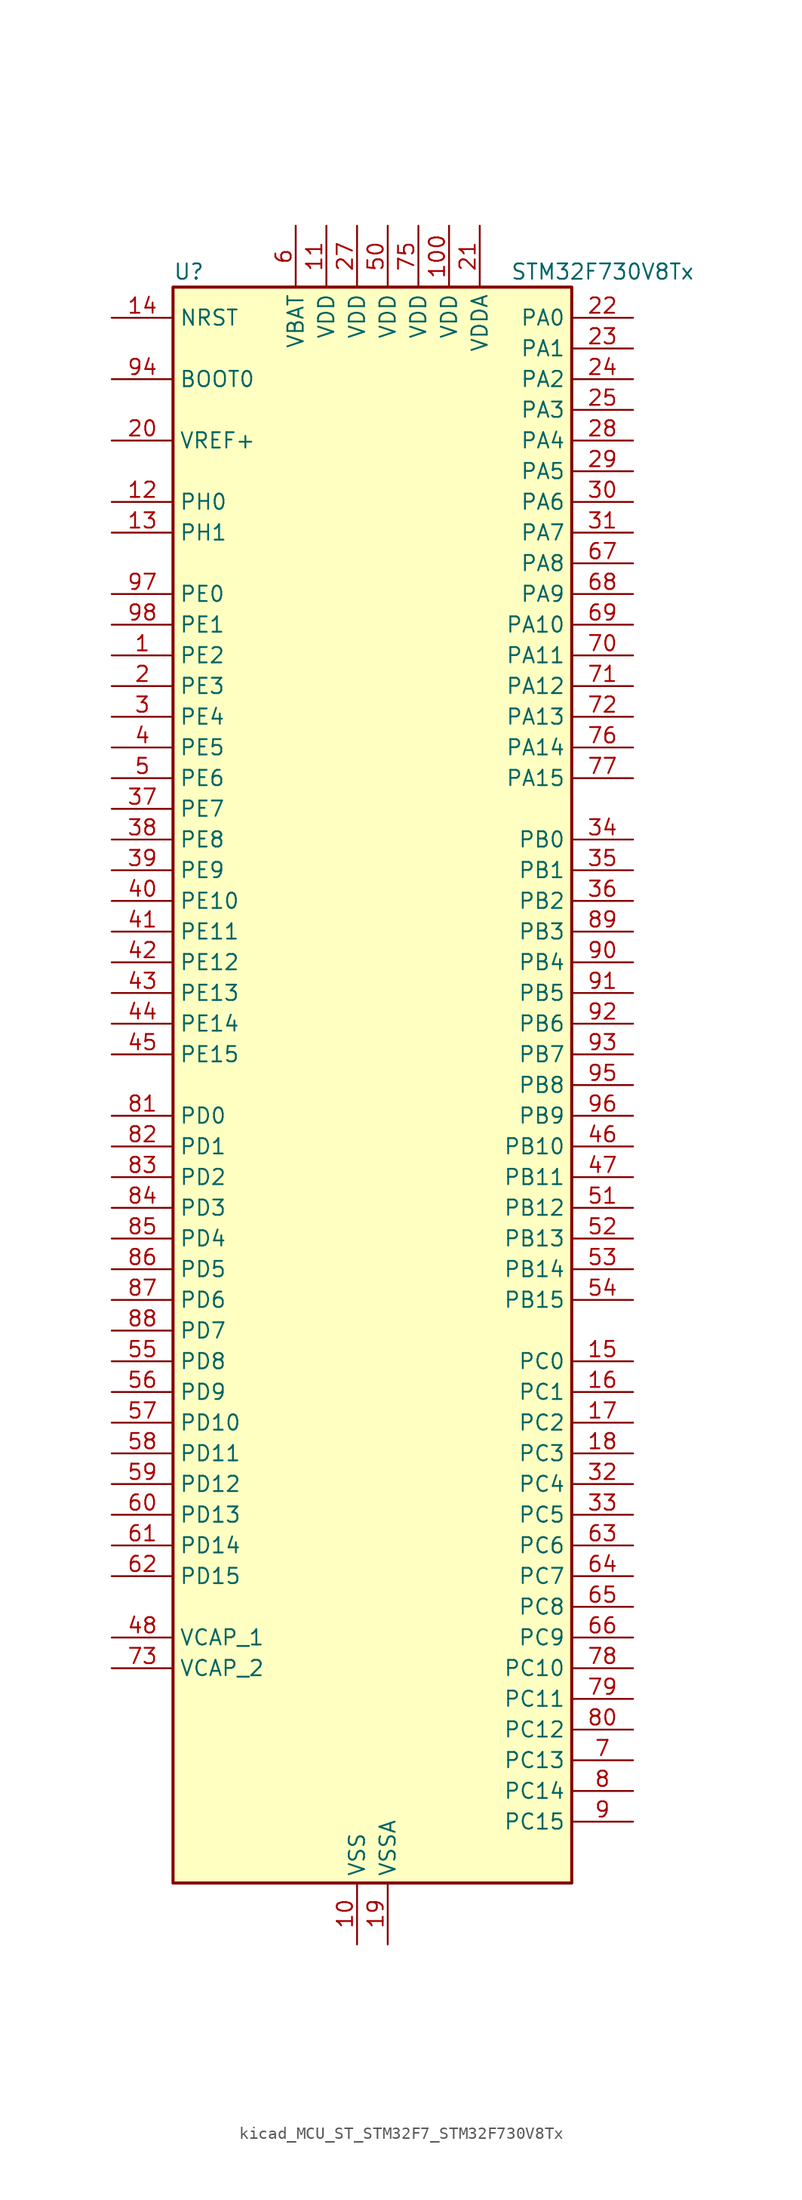
<source format=kicad_sym>
(kicad_symbol_lib
  (version 20220914)
  (generator kicad_symbol_editor)
  (symbol "kicad_MCU_ST_STM32F7_STM32F730V8Tx"
    (property "Reference" "U"
      (at -15.24 67.31 0)
      (effects (font (size 1.27 1.27)) (justify left)))
    (property "Value" "STM32F730V8Tx"
      (at 12.7 67.31 0)
      (effects (font (size 1.27 1.27)) (justify left)))
    (property "ki_locked" ""
      (at 0 0 0)
      (effects (font (size 1.27 1.27))))
    (symbol "kicad_MCU_ST_STM32F7_STM32F730V8Tx_0_1"
      (rectangle (start -15.24 -66.04) (end 17.78 66.04) (stroke (width 0.254) (type default)) (fill (type background))))
    (symbol "kicad_MCU_ST_STM32F7_STM32F730V8Tx_1_1"
      (pin bidirectional line (at -20.32 35.56 0) (length 5.08) (name "PE2" (effects (font (size 1.27 1.27)))) (number "1" (effects (font (size 1.27 1.27)))) (alternate "FMC_A23" bidirectional line) (alternate "QUADSPI_BK1_IO2" bidirectional line) (alternate "SAI1_MCLK_A" bidirectional line) (alternate "SPI4_SCK" bidirectional line) (alternate "SYS_TRACECLK" bidirectional line))
      (pin power_in line (at 0 -71.12 90) (length 5.08) (name "VSS" (effects (font (size 1.27 1.27)))) (number "10" (effects (font (size 1.27 1.27)))))
      (pin power_in line (at 7.62 71.12 270) (length 5.08) (name "VDD" (effects (font (size 1.27 1.27)))) (number "100" (effects (font (size 1.27 1.27)))))
      (pin power_in line (at -2.54 71.12 270) (length 5.08) (name "VDD" (effects (font (size 1.27 1.27)))) (number "11" (effects (font (size 1.27 1.27)))))
      (pin bidirectional line (at -20.32 48.26 0) (length 5.08) (name "PH0" (effects (font (size 1.27 1.27)))) (number "12" (effects (font (size 1.27 1.27)))) (alternate "RCC_OSC_IN" bidirectional line))
      (pin bidirectional line (at -20.32 45.72 0) (length 5.08) (name "PH1" (effects (font (size 1.27 1.27)))) (number "13" (effects (font (size 1.27 1.27)))) (alternate "RCC_OSC_OUT" bidirectional line))
      (pin input line (at -20.32 63.5 0) (length 5.08) (name "NRST" (effects (font (size 1.27 1.27)))) (number "14" (effects (font (size 1.27 1.27)))))
      (pin bidirectional line (at 22.86 -22.86 180) (length 5.08) (name "PC0" (effects (font (size 1.27 1.27)))) (number "15" (effects (font (size 1.27 1.27)))) (alternate "ADC1_IN10" bidirectional line) (alternate "ADC2_IN10" bidirectional line) (alternate "ADC3_IN10" bidirectional line) (alternate "FMC_SDNWE" bidirectional line) (alternate "SAI2_FS_B" bidirectional line) (alternate "USB_OTG_HS_ULPI_STP" bidirectional line))
      (pin bidirectional line (at 22.86 -25.4 180) (length 5.08) (name "PC1" (effects (font (size 1.27 1.27)))) (number "16" (effects (font (size 1.27 1.27)))) (alternate "ADC1_IN11" bidirectional line) (alternate "ADC2_IN11" bidirectional line) (alternate "ADC3_IN11" bidirectional line) (alternate "I2S2_SD" bidirectional line) (alternate "RTC_TAMP3" bidirectional line) (alternate "RTC_TS" bidirectional line) (alternate "SAI1_SD_A" bidirectional line) (alternate "SPI2_MOSI" bidirectional line) (alternate "SYS_TRACED0" bidirectional line) (alternate "SYS_WKUP3" bidirectional line))
      (pin bidirectional line (at 22.86 -27.94 180) (length 5.08) (name "PC2" (effects (font (size 1.27 1.27)))) (number "17" (effects (font (size 1.27 1.27)))) (alternate "ADC1_IN12" bidirectional line) (alternate "ADC2_IN12" bidirectional line) (alternate "ADC3_IN12" bidirectional line) (alternate "FMC_SDNE0" bidirectional line) (alternate "SPI2_MISO" bidirectional line) (alternate "USB_OTG_HS_ULPI_DIR" bidirectional line))
      (pin bidirectional line (at 22.86 -30.48 180) (length 5.08) (name "PC3" (effects (font (size 1.27 1.27)))) (number "18" (effects (font (size 1.27 1.27)))) (alternate "ADC1_IN13" bidirectional line) (alternate "ADC2_IN13" bidirectional line) (alternate "ADC3_IN13" bidirectional line) (alternate "FMC_SDCKE0" bidirectional line) (alternate "I2S2_SD" bidirectional line) (alternate "SPI2_MOSI" bidirectional line) (alternate "USB_OTG_HS_ULPI_NXT" bidirectional line))
      (pin power_in line (at 2.54 -71.12 90) (length 5.08) (name "VSSA" (effects (font (size 1.27 1.27)))) (number "19" (effects (font (size 1.27 1.27)))))
      (pin bidirectional line (at -20.32 33.02 0) (length 5.08) (name "PE3" (effects (font (size 1.27 1.27)))) (number "2" (effects (font (size 1.27 1.27)))) (alternate "FMC_A19" bidirectional line) (alternate "SAI1_SD_B" bidirectional line) (alternate "SYS_TRACED0" bidirectional line))
      (pin input line (at -20.32 53.34 0) (length 5.08) (name "VREF+" (effects (font (size 1.27 1.27)))) (number "20" (effects (font (size 1.27 1.27)))))
      (pin power_in line (at 10.16 71.12 270) (length 5.08) (name "VDDA" (effects (font (size 1.27 1.27)))) (number "21" (effects (font (size 1.27 1.27)))))
      (pin bidirectional line (at 22.86 63.5 180) (length 5.08) (name "PA0" (effects (font (size 1.27 1.27)))) (number "22" (effects (font (size 1.27 1.27)))) (alternate "ADC1_IN0" bidirectional line) (alternate "ADC2_IN0" bidirectional line) (alternate "ADC3_IN0" bidirectional line) (alternate "SAI2_SD_B" bidirectional line) (alternate "SYS_WKUP1" bidirectional line) (alternate "TIM2_CH1" bidirectional line) (alternate "TIM2_ETR" bidirectional line) (alternate "TIM5_CH1" bidirectional line) (alternate "TIM8_ETR" bidirectional line) (alternate "UART4_TX" bidirectional line) (alternate "USART2_CTS" bidirectional line))
      (pin bidirectional line (at 22.86 60.96 180) (length 5.08) (name "PA1" (effects (font (size 1.27 1.27)))) (number "23" (effects (font (size 1.27 1.27)))) (alternate "ADC1_IN1" bidirectional line) (alternate "ADC2_IN1" bidirectional line) (alternate "ADC3_IN1" bidirectional line) (alternate "QUADSPI_BK1_IO3" bidirectional line) (alternate "SAI2_MCLK_B" bidirectional line) (alternate "TIM2_CH2" bidirectional line) (alternate "TIM5_CH2" bidirectional line) (alternate "UART4_RX" bidirectional line) (alternate "USART2_DE" bidirectional line) (alternate "USART2_RTS" bidirectional line))
      (pin bidirectional line (at 22.86 58.42 180) (length 5.08) (name "PA2" (effects (font (size 1.27 1.27)))) (number "24" (effects (font (size 1.27 1.27)))) (alternate "ADC1_IN2" bidirectional line) (alternate "ADC2_IN2" bidirectional line) (alternate "ADC3_IN2" bidirectional line) (alternate "SAI2_SCK_B" bidirectional line) (alternate "SYS_WKUP2" bidirectional line) (alternate "TIM2_CH3" bidirectional line) (alternate "TIM5_CH3" bidirectional line) (alternate "TIM9_CH1" bidirectional line) (alternate "USART2_TX" bidirectional line))
      (pin bidirectional line (at 22.86 55.88 180) (length 5.08) (name "PA3" (effects (font (size 1.27 1.27)))) (number "25" (effects (font (size 1.27 1.27)))) (alternate "ADC1_IN3" bidirectional line) (alternate "ADC2_IN3" bidirectional line) (alternate "ADC3_IN3" bidirectional line) (alternate "TIM2_CH4" bidirectional line) (alternate "TIM5_CH4" bidirectional line) (alternate "TIM9_CH2" bidirectional line) (alternate "USART2_RX" bidirectional line) (alternate "USB_OTG_HS_ULPI_D0" bidirectional line))
      (pin passive line (at 0 -71.12 90) (length 5.08) hide (name "VSS" (effects (font (size 1.27 1.27)))) (number "26" (effects (font (size 1.27 1.27)))))
      (pin power_in line (at 0 71.12 270) (length 5.08) (name "VDD" (effects (font (size 1.27 1.27)))) (number "27" (effects (font (size 1.27 1.27)))))
      (pin bidirectional line (at 22.86 53.34 180) (length 5.08) (name "PA4" (effects (font (size 1.27 1.27)))) (number "28" (effects (font (size 1.27 1.27)))) (alternate "ADC1_IN4" bidirectional line) (alternate "ADC2_IN4" bidirectional line) (alternate "DAC_OUT1" bidirectional line) (alternate "I2S1_WS" bidirectional line) (alternate "I2S3_WS" bidirectional line) (alternate "SPI1_NSS" bidirectional line) (alternate "SPI3_NSS" bidirectional line) (alternate "USART2_CK" bidirectional line) (alternate "USB_OTG_HS_SOF" bidirectional line))
      (pin bidirectional line (at 22.86 50.8 180) (length 5.08) (name "PA5" (effects (font (size 1.27 1.27)))) (number "29" (effects (font (size 1.27 1.27)))) (alternate "ADC1_IN5" bidirectional line) (alternate "ADC2_IN5" bidirectional line) (alternate "DAC_OUT2" bidirectional line) (alternate "I2S1_CK" bidirectional line) (alternate "SPI1_SCK" bidirectional line) (alternate "TIM2_CH1" bidirectional line) (alternate "TIM2_ETR" bidirectional line) (alternate "TIM8_CH1N" bidirectional line) (alternate "USB_OTG_HS_ULPI_CK" bidirectional line))
      (pin bidirectional line (at -20.32 30.48 0) (length 5.08) (name "PE4" (effects (font (size 1.27 1.27)))) (number "3" (effects (font (size 1.27 1.27)))) (alternate "FMC_A20" bidirectional line) (alternate "SAI1_FS_A" bidirectional line) (alternate "SPI4_NSS" bidirectional line) (alternate "SYS_TRACED1" bidirectional line))
      (pin bidirectional line (at 22.86 48.26 180) (length 5.08) (name "PA6" (effects (font (size 1.27 1.27)))) (number "30" (effects (font (size 1.27 1.27)))) (alternate "ADC1_IN6" bidirectional line) (alternate "ADC2_IN6" bidirectional line) (alternate "SPI1_MISO" bidirectional line) (alternate "TIM13_CH1" bidirectional line) (alternate "TIM1_BKIN" bidirectional line) (alternate "TIM3_CH1" bidirectional line) (alternate "TIM8_BKIN" bidirectional line))
      (pin bidirectional line (at 22.86 45.72 180) (length 5.08) (name "PA7" (effects (font (size 1.27 1.27)))) (number "31" (effects (font (size 1.27 1.27)))) (alternate "ADC1_IN7" bidirectional line) (alternate "ADC2_IN7" bidirectional line) (alternate "FMC_SDNWE" bidirectional line) (alternate "I2S1_SD" bidirectional line) (alternate "SPI1_MOSI" bidirectional line) (alternate "TIM14_CH1" bidirectional line) (alternate "TIM1_CH1N" bidirectional line) (alternate "TIM3_CH2" bidirectional line) (alternate "TIM8_CH1N" bidirectional line))
      (pin bidirectional line (at 22.86 -33.02 180) (length 5.08) (name "PC4" (effects (font (size 1.27 1.27)))) (number "32" (effects (font (size 1.27 1.27)))) (alternate "ADC1_IN14" bidirectional line) (alternate "ADC2_IN14" bidirectional line) (alternate "FMC_SDNE0" bidirectional line) (alternate "I2S1_MCK" bidirectional line))
      (pin bidirectional line (at 22.86 -35.56 180) (length 5.08) (name "PC5" (effects (font (size 1.27 1.27)))) (number "33" (effects (font (size 1.27 1.27)))) (alternate "ADC1_IN15" bidirectional line) (alternate "ADC2_IN15" bidirectional line) (alternate "FMC_SDCKE0" bidirectional line))
      (pin bidirectional line (at 22.86 20.32 180) (length 5.08) (name "PB0" (effects (font (size 1.27 1.27)))) (number "34" (effects (font (size 1.27 1.27)))) (alternate "ADC1_IN8" bidirectional line) (alternate "ADC2_IN8" bidirectional line) (alternate "TIM1_CH2N" bidirectional line) (alternate "TIM3_CH3" bidirectional line) (alternate "TIM8_CH2N" bidirectional line) (alternate "UART4_CTS" bidirectional line) (alternate "USB_OTG_HS_ULPI_D1" bidirectional line))
      (pin bidirectional line (at 22.86 17.78 180) (length 5.08) (name "PB1" (effects (font (size 1.27 1.27)))) (number "35" (effects (font (size 1.27 1.27)))) (alternate "ADC1_IN9" bidirectional line) (alternate "ADC2_IN9" bidirectional line) (alternate "TIM1_CH3N" bidirectional line) (alternate "TIM3_CH4" bidirectional line) (alternate "TIM8_CH3N" bidirectional line) (alternate "USB_OTG_HS_ULPI_D2" bidirectional line))
      (pin bidirectional line (at 22.86 15.24 180) (length 5.08) (name "PB2" (effects (font (size 1.27 1.27)))) (number "36" (effects (font (size 1.27 1.27)))) (alternate "I2S3_SD" bidirectional line) (alternate "QUADSPI_CLK" bidirectional line) (alternate "SAI1_SD_A" bidirectional line) (alternate "SPI3_MOSI" bidirectional line))
      (pin bidirectional line (at -20.32 22.86 0) (length 5.08) (name "PE7" (effects (font (size 1.27 1.27)))) (number "37" (effects (font (size 1.27 1.27)))) (alternate "FMC_D4" bidirectional line) (alternate "FMC_DA4" bidirectional line) (alternate "QUADSPI_BK2_IO0" bidirectional line) (alternate "TIM1_ETR" bidirectional line) (alternate "UART7_RX" bidirectional line))
      (pin bidirectional line (at -20.32 20.32 0) (length 5.08) (name "PE8" (effects (font (size 1.27 1.27)))) (number "38" (effects (font (size 1.27 1.27)))) (alternate "FMC_D5" bidirectional line) (alternate "FMC_DA5" bidirectional line) (alternate "QUADSPI_BK2_IO1" bidirectional line) (alternate "TIM1_CH1N" bidirectional line) (alternate "UART7_TX" bidirectional line))
      (pin bidirectional line (at -20.32 17.78 0) (length 5.08) (name "PE9" (effects (font (size 1.27 1.27)))) (number "39" (effects (font (size 1.27 1.27)))) (alternate "DAC_EXTI9" bidirectional line) (alternate "FMC_D6" bidirectional line) (alternate "FMC_DA6" bidirectional line) (alternate "QUADSPI_BK2_IO2" bidirectional line) (alternate "TIM1_CH1" bidirectional line) (alternate "UART7_DE" bidirectional line) (alternate "UART7_RTS" bidirectional line))
      (pin bidirectional line (at -20.32 27.94 0) (length 5.08) (name "PE5" (effects (font (size 1.27 1.27)))) (number "4" (effects (font (size 1.27 1.27)))) (alternate "FMC_A21" bidirectional line) (alternate "SAI1_SCK_A" bidirectional line) (alternate "SPI4_MISO" bidirectional line) (alternate "SYS_TRACED2" bidirectional line) (alternate "TIM9_CH1" bidirectional line))
      (pin bidirectional line (at -20.32 15.24 0) (length 5.08) (name "PE10" (effects (font (size 1.27 1.27)))) (number "40" (effects (font (size 1.27 1.27)))) (alternate "FMC_D7" bidirectional line) (alternate "FMC_DA7" bidirectional line) (alternate "QUADSPI_BK2_IO3" bidirectional line) (alternate "TIM1_CH2N" bidirectional line) (alternate "UART7_CTS" bidirectional line))
      (pin bidirectional line (at -20.32 12.7 0) (length 5.08) (name "PE11" (effects (font (size 1.27 1.27)))) (number "41" (effects (font (size 1.27 1.27)))) (alternate "ADC1_EXTI11" bidirectional line) (alternate "ADC2_EXTI11" bidirectional line) (alternate "ADC3_EXTI11" bidirectional line) (alternate "FMC_D8" bidirectional line) (alternate "FMC_DA8" bidirectional line) (alternate "SAI2_SD_B" bidirectional line) (alternate "SPI4_NSS" bidirectional line) (alternate "TIM1_CH2" bidirectional line))
      (pin bidirectional line (at -20.32 10.16 0) (length 5.08) (name "PE12" (effects (font (size 1.27 1.27)))) (number "42" (effects (font (size 1.27 1.27)))) (alternate "FMC_D9" bidirectional line) (alternate "FMC_DA9" bidirectional line) (alternate "SAI2_SCK_B" bidirectional line) (alternate "SPI4_SCK" bidirectional line) (alternate "TIM1_CH3N" bidirectional line))
      (pin bidirectional line (at -20.32 7.62 0) (length 5.08) (name "PE13" (effects (font (size 1.27 1.27)))) (number "43" (effects (font (size 1.27 1.27)))) (alternate "FMC_D10" bidirectional line) (alternate "FMC_DA10" bidirectional line) (alternate "SAI2_FS_B" bidirectional line) (alternate "SPI4_MISO" bidirectional line) (alternate "TIM1_CH3" bidirectional line))
      (pin bidirectional line (at -20.32 5.08 0) (length 5.08) (name "PE14" (effects (font (size 1.27 1.27)))) (number "44" (effects (font (size 1.27 1.27)))) (alternate "FMC_D11" bidirectional line) (alternate "FMC_DA11" bidirectional line) (alternate "SAI2_MCLK_B" bidirectional line) (alternate "SPI4_MOSI" bidirectional line) (alternate "TIM1_CH4" bidirectional line))
      (pin bidirectional line (at -20.32 2.54 0) (length 5.08) (name "PE15" (effects (font (size 1.27 1.27)))) (number "45" (effects (font (size 1.27 1.27)))) (alternate "FMC_D12" bidirectional line) (alternate "FMC_DA12" bidirectional line) (alternate "TIM1_BKIN" bidirectional line))
      (pin bidirectional line (at 22.86 -5.08 180) (length 5.08) (name "PB10" (effects (font (size 1.27 1.27)))) (number "46" (effects (font (size 1.27 1.27)))) (alternate "I2C2_SCL" bidirectional line) (alternate "I2S2_CK" bidirectional line) (alternate "SPI2_SCK" bidirectional line) (alternate "TIM2_CH3" bidirectional line) (alternate "USART3_TX" bidirectional line) (alternate "USB_OTG_HS_ULPI_D3" bidirectional line))
      (pin bidirectional line (at 22.86 -7.62 180) (length 5.08) (name "PB11" (effects (font (size 1.27 1.27)))) (number "47" (effects (font (size 1.27 1.27)))) (alternate "ADC1_EXTI11" bidirectional line) (alternate "ADC2_EXTI11" bidirectional line) (alternate "ADC3_EXTI11" bidirectional line) (alternate "I2C2_SDA" bidirectional line) (alternate "TIM2_CH4" bidirectional line) (alternate "USART3_RX" bidirectional line) (alternate "USB_OTG_HS_ULPI_D4" bidirectional line))
      (pin power_out line (at -20.32 -45.72 0) (length 5.08) (name "VCAP_1" (effects (font (size 1.27 1.27)))) (number "48" (effects (font (size 1.27 1.27)))))
      (pin passive line (at 0 -71.12 90) (length 5.08) hide (name "VSS" (effects (font (size 1.27 1.27)))) (number "49" (effects (font (size 1.27 1.27)))))
      (pin bidirectional line (at -20.32 25.4 0) (length 5.08) (name "PE6" (effects (font (size 1.27 1.27)))) (number "5" (effects (font (size 1.27 1.27)))) (alternate "FMC_A22" bidirectional line) (alternate "SAI1_SD_A" bidirectional line) (alternate "SAI2_MCLK_B" bidirectional line) (alternate "SPI4_MOSI" bidirectional line) (alternate "SYS_TRACED3" bidirectional line) (alternate "TIM1_BKIN2" bidirectional line) (alternate "TIM9_CH2" bidirectional line))
      (pin power_in line (at 2.54 71.12 270) (length 5.08) (name "VDD" (effects (font (size 1.27 1.27)))) (number "50" (effects (font (size 1.27 1.27)))))
      (pin bidirectional line (at 22.86 -10.16 180) (length 5.08) (name "PB12" (effects (font (size 1.27 1.27)))) (number "51" (effects (font (size 1.27 1.27)))) (alternate "I2C2_SMBA" bidirectional line) (alternate "I2S2_WS" bidirectional line) (alternate "SPI2_NSS" bidirectional line) (alternate "TIM1_BKIN" bidirectional line) (alternate "USART3_CK" bidirectional line) (alternate "USB_OTG_HS_ID" bidirectional line) (alternate "USB_OTG_HS_ULPI_D5" bidirectional line))
      (pin bidirectional line (at 22.86 -12.7 180) (length 5.08) (name "PB13" (effects (font (size 1.27 1.27)))) (number "52" (effects (font (size 1.27 1.27)))) (alternate "I2S2_CK" bidirectional line) (alternate "SPI2_SCK" bidirectional line) (alternate "TIM1_CH1N" bidirectional line) (alternate "USART3_CTS" bidirectional line) (alternate "USB_OTG_HS_ULPI_D6" bidirectional line) (alternate "USB_OTG_HS_VBUS" bidirectional line))
      (pin bidirectional line (at 22.86 -15.24 180) (length 5.08) (name "PB14" (effects (font (size 1.27 1.27)))) (number "53" (effects (font (size 1.27 1.27)))) (alternate "SDMMC2_D0" bidirectional line) (alternate "SPI2_MISO" bidirectional line) (alternate "TIM12_CH1" bidirectional line) (alternate "TIM1_CH2N" bidirectional line) (alternate "TIM8_CH2N" bidirectional line) (alternate "USART3_DE" bidirectional line) (alternate "USART3_RTS" bidirectional line) (alternate "USB_OTG_HS_DM" bidirectional line))
      (pin bidirectional line (at 22.86 -17.78 180) (length 5.08) (name "PB15" (effects (font (size 1.27 1.27)))) (number "54" (effects (font (size 1.27 1.27)))) (alternate "I2S2_SD" bidirectional line) (alternate "RTC_REFIN" bidirectional line) (alternate "SDMMC2_D1" bidirectional line) (alternate "SPI2_MOSI" bidirectional line) (alternate "TIM12_CH2" bidirectional line) (alternate "TIM1_CH3N" bidirectional line) (alternate "TIM8_CH3N" bidirectional line) (alternate "USB_OTG_HS_DP" bidirectional line))
      (pin bidirectional line (at -20.32 -22.86 0) (length 5.08) (name "PD8" (effects (font (size 1.27 1.27)))) (number "55" (effects (font (size 1.27 1.27)))) (alternate "FMC_D13" bidirectional line) (alternate "FMC_DA13" bidirectional line) (alternate "USART3_TX" bidirectional line))
      (pin bidirectional line (at -20.32 -25.4 0) (length 5.08) (name "PD9" (effects (font (size 1.27 1.27)))) (number "56" (effects (font (size 1.27 1.27)))) (alternate "DAC_EXTI9" bidirectional line) (alternate "FMC_D14" bidirectional line) (alternate "FMC_DA14" bidirectional line) (alternate "USART3_RX" bidirectional line))
      (pin bidirectional line (at -20.32 -27.94 0) (length 5.08) (name "PD10" (effects (font (size 1.27 1.27)))) (number "57" (effects (font (size 1.27 1.27)))) (alternate "FMC_D15" bidirectional line) (alternate "FMC_DA15" bidirectional line) (alternate "USART3_CK" bidirectional line))
      (pin bidirectional line (at -20.32 -30.48 0) (length 5.08) (name "PD11" (effects (font (size 1.27 1.27)))) (number "58" (effects (font (size 1.27 1.27)))) (alternate "ADC1_EXTI11" bidirectional line) (alternate "ADC2_EXTI11" bidirectional line) (alternate "ADC3_EXTI11" bidirectional line) (alternate "FMC_A16" bidirectional line) (alternate "FMC_CLE" bidirectional line) (alternate "QUADSPI_BK1_IO0" bidirectional line) (alternate "SAI2_SD_A" bidirectional line) (alternate "USART3_CTS" bidirectional line))
      (pin bidirectional line (at -20.32 -33.02 0) (length 5.08) (name "PD12" (effects (font (size 1.27 1.27)))) (number "59" (effects (font (size 1.27 1.27)))) (alternate "FMC_A17" bidirectional line) (alternate "FMC_ALE" bidirectional line) (alternate "LPTIM1_IN1" bidirectional line) (alternate "QUADSPI_BK1_IO1" bidirectional line) (alternate "SAI2_FS_A" bidirectional line) (alternate "TIM4_CH1" bidirectional line) (alternate "USART3_DE" bidirectional line) (alternate "USART3_RTS" bidirectional line))
      (pin power_in line (at -5.08 71.12 270) (length 5.08) (name "VBAT" (effects (font (size 1.27 1.27)))) (number "6" (effects (font (size 1.27 1.27)))))
      (pin bidirectional line (at -20.32 -35.56 0) (length 5.08) (name "PD13" (effects (font (size 1.27 1.27)))) (number "60" (effects (font (size 1.27 1.27)))) (alternate "FMC_A18" bidirectional line) (alternate "LPTIM1_OUT" bidirectional line) (alternate "QUADSPI_BK1_IO3" bidirectional line) (alternate "SAI2_SCK_A" bidirectional line) (alternate "TIM4_CH2" bidirectional line))
      (pin bidirectional line (at -20.32 -38.1 0) (length 5.08) (name "PD14" (effects (font (size 1.27 1.27)))) (number "61" (effects (font (size 1.27 1.27)))) (alternate "FMC_D0" bidirectional line) (alternate "FMC_DA0" bidirectional line) (alternate "TIM4_CH3" bidirectional line) (alternate "UART8_CTS" bidirectional line))
      (pin bidirectional line (at -20.32 -40.64 0) (length 5.08) (name "PD15" (effects (font (size 1.27 1.27)))) (number "62" (effects (font (size 1.27 1.27)))) (alternate "FMC_D1" bidirectional line) (alternate "FMC_DA1" bidirectional line) (alternate "TIM4_CH4" bidirectional line) (alternate "UART8_DE" bidirectional line) (alternate "UART8_RTS" bidirectional line))
      (pin bidirectional line (at 22.86 -38.1 180) (length 5.08) (name "PC6" (effects (font (size 1.27 1.27)))) (number "63" (effects (font (size 1.27 1.27)))) (alternate "I2S2_MCK" bidirectional line) (alternate "SDMMC1_D6" bidirectional line) (alternate "SDMMC2_D6" bidirectional line) (alternate "TIM3_CH1" bidirectional line) (alternate "TIM8_CH1" bidirectional line) (alternate "USART6_TX" bidirectional line))
      (pin bidirectional line (at 22.86 -40.64 180) (length 5.08) (name "PC7" (effects (font (size 1.27 1.27)))) (number "64" (effects (font (size 1.27 1.27)))) (alternate "I2S3_MCK" bidirectional line) (alternate "SDMMC1_D7" bidirectional line) (alternate "SDMMC2_D7" bidirectional line) (alternate "TIM3_CH2" bidirectional line) (alternate "TIM8_CH2" bidirectional line) (alternate "USART6_RX" bidirectional line))
      (pin bidirectional line (at 22.86 -43.18 180) (length 5.08) (name "PC8" (effects (font (size 1.27 1.27)))) (number "65" (effects (font (size 1.27 1.27)))) (alternate "SDMMC1_D0" bidirectional line) (alternate "SYS_TRACED1" bidirectional line) (alternate "TIM3_CH3" bidirectional line) (alternate "TIM8_CH3" bidirectional line) (alternate "UART5_DE" bidirectional line) (alternate "UART5_RTS" bidirectional line) (alternate "USART6_CK" bidirectional line))
      (pin bidirectional line (at 22.86 -45.72 180) (length 5.08) (name "PC9" (effects (font (size 1.27 1.27)))) (number "66" (effects (font (size 1.27 1.27)))) (alternate "DAC_EXTI9" bidirectional line) (alternate "I2C3_SDA" bidirectional line) (alternate "I2S_CKIN" bidirectional line) (alternate "QUADSPI_BK1_IO0" bidirectional line) (alternate "RCC_MCO_2" bidirectional line) (alternate "SDMMC1_D1" bidirectional line) (alternate "TIM3_CH4" bidirectional line) (alternate "TIM8_CH4" bidirectional line) (alternate "UART5_CTS" bidirectional line))
      (pin bidirectional line (at 22.86 43.18 180) (length 5.08) (name "PA8" (effects (font (size 1.27 1.27)))) (number "67" (effects (font (size 1.27 1.27)))) (alternate "I2C3_SCL" bidirectional line) (alternate "RCC_MCO_1" bidirectional line) (alternate "TIM1_CH1" bidirectional line) (alternate "TIM8_BKIN2" bidirectional line) (alternate "USART1_CK" bidirectional line) (alternate "USB_OTG_FS_SOF" bidirectional line))
      (pin bidirectional line (at 22.86 40.64 180) (length 5.08) (name "PA9" (effects (font (size 1.27 1.27)))) (number "68" (effects (font (size 1.27 1.27)))) (alternate "DAC_EXTI9" bidirectional line) (alternate "I2C3_SMBA" bidirectional line) (alternate "I2S2_CK" bidirectional line) (alternate "SPI2_SCK" bidirectional line) (alternate "TIM1_CH2" bidirectional line) (alternate "USART1_TX" bidirectional line) (alternate "USB_OTG_FS_VBUS" bidirectional line))
      (pin bidirectional line (at 22.86 38.1 180) (length 5.08) (name "PA10" (effects (font (size 1.27 1.27)))) (number "69" (effects (font (size 1.27 1.27)))) (alternate "TIM1_CH3" bidirectional line) (alternate "USART1_RX" bidirectional line) (alternate "USB_OTG_FS_ID" bidirectional line))
      (pin bidirectional line (at 22.86 -55.88 180) (length 5.08) (name "PC13" (effects (font (size 1.27 1.27)))) (number "7" (effects (font (size 1.27 1.27)))) (alternate "RTC_OUT" bidirectional line) (alternate "RTC_TAMP1" bidirectional line) (alternate "RTC_TS" bidirectional line) (alternate "SYS_WKUP4" bidirectional line))
      (pin bidirectional line (at 22.86 35.56 180) (length 5.08) (name "PA11" (effects (font (size 1.27 1.27)))) (number "70" (effects (font (size 1.27 1.27)))) (alternate "ADC1_EXTI11" bidirectional line) (alternate "ADC2_EXTI11" bidirectional line) (alternate "ADC3_EXTI11" bidirectional line) (alternate "CAN1_RX" bidirectional line) (alternate "TIM1_CH4" bidirectional line) (alternate "USART1_CTS" bidirectional line) (alternate "USB_OTG_FS_DM" bidirectional line))
      (pin bidirectional line (at 22.86 33.02 180) (length 5.08) (name "PA12" (effects (font (size 1.27 1.27)))) (number "71" (effects (font (size 1.27 1.27)))) (alternate "CAN1_TX" bidirectional line) (alternate "SAI2_FS_B" bidirectional line) (alternate "TIM1_ETR" bidirectional line) (alternate "USART1_DE" bidirectional line) (alternate "USART1_RTS" bidirectional line) (alternate "USB_OTG_FS_DP" bidirectional line))
      (pin bidirectional line (at 22.86 30.48 180) (length 5.08) (name "PA13" (effects (font (size 1.27 1.27)))) (number "72" (effects (font (size 1.27 1.27)))) (alternate "SYS_JTMS-SWDIO" bidirectional line))
      (pin power_out line (at -20.32 -48.26 0) (length 5.08) (name "VCAP_2" (effects (font (size 1.27 1.27)))) (number "73" (effects (font (size 1.27 1.27)))))
      (pin passive line (at 0 -71.12 90) (length 5.08) hide (name "VSS" (effects (font (size 1.27 1.27)))) (number "74" (effects (font (size 1.27 1.27)))))
      (pin power_in line (at 5.08 71.12 270) (length 5.08) (name "VDD" (effects (font (size 1.27 1.27)))) (number "75" (effects (font (size 1.27 1.27)))))
      (pin bidirectional line (at 22.86 27.94 180) (length 5.08) (name "PA14" (effects (font (size 1.27 1.27)))) (number "76" (effects (font (size 1.27 1.27)))) (alternate "SYS_JTCK-SWCLK" bidirectional line))
      (pin bidirectional line (at 22.86 25.4 180) (length 5.08) (name "PA15" (effects (font (size 1.27 1.27)))) (number "77" (effects (font (size 1.27 1.27)))) (alternate "I2S1_WS" bidirectional line) (alternate "I2S3_WS" bidirectional line) (alternate "SPI1_NSS" bidirectional line) (alternate "SPI3_NSS" bidirectional line) (alternate "SYS_JTDI" bidirectional line) (alternate "TIM2_CH1" bidirectional line) (alternate "TIM2_ETR" bidirectional line) (alternate "UART4_DE" bidirectional line) (alternate "UART4_RTS" bidirectional line))
      (pin bidirectional line (at 22.86 -48.26 180) (length 5.08) (name "PC10" (effects (font (size 1.27 1.27)))) (number "78" (effects (font (size 1.27 1.27)))) (alternate "I2S3_CK" bidirectional line) (alternate "QUADSPI_BK1_IO1" bidirectional line) (alternate "SDMMC1_D2" bidirectional line) (alternate "SPI3_SCK" bidirectional line) (alternate "UART4_TX" bidirectional line) (alternate "USART3_TX" bidirectional line))
      (pin bidirectional line (at 22.86 -50.8 180) (length 5.08) (name "PC11" (effects (font (size 1.27 1.27)))) (number "79" (effects (font (size 1.27 1.27)))) (alternate "ADC1_EXTI11" bidirectional line) (alternate "ADC2_EXTI11" bidirectional line) (alternate "ADC3_EXTI11" bidirectional line) (alternate "QUADSPI_BK2_NCS" bidirectional line) (alternate "SDMMC1_D3" bidirectional line) (alternate "SPI3_MISO" bidirectional line) (alternate "UART4_RX" bidirectional line) (alternate "USART3_RX" bidirectional line))
      (pin bidirectional line (at 22.86 -58.42 180) (length 5.08) (name "PC14" (effects (font (size 1.27 1.27)))) (number "8" (effects (font (size 1.27 1.27)))) (alternate "RCC_OSC32_IN" bidirectional line))
      (pin bidirectional line (at 22.86 -53.34 180) (length 5.08) (name "PC12" (effects (font (size 1.27 1.27)))) (number "80" (effects (font (size 1.27 1.27)))) (alternate "I2S3_SD" bidirectional line) (alternate "SDMMC1_CK" bidirectional line) (alternate "SPI3_MOSI" bidirectional line) (alternate "SYS_TRACED3" bidirectional line) (alternate "UART5_TX" bidirectional line) (alternate "USART3_CK" bidirectional line))
      (pin bidirectional line (at -20.32 -2.54 0) (length 5.08) (name "PD0" (effects (font (size 1.27 1.27)))) (number "81" (effects (font (size 1.27 1.27)))) (alternate "CAN1_RX" bidirectional line) (alternate "FMC_D2" bidirectional line) (alternate "FMC_DA2" bidirectional line))
      (pin bidirectional line (at -20.32 -5.08 0) (length 5.08) (name "PD1" (effects (font (size 1.27 1.27)))) (number "82" (effects (font (size 1.27 1.27)))) (alternate "CAN1_TX" bidirectional line) (alternate "FMC_D3" bidirectional line) (alternate "FMC_DA3" bidirectional line))
      (pin bidirectional line (at -20.32 -7.62 0) (length 5.08) (name "PD2" (effects (font (size 1.27 1.27)))) (number "83" (effects (font (size 1.27 1.27)))) (alternate "SDMMC1_CMD" bidirectional line) (alternate "SYS_TRACED2" bidirectional line) (alternate "TIM3_ETR" bidirectional line) (alternate "UART5_RX" bidirectional line))
      (pin bidirectional line (at -20.32 -10.16 0) (length 5.08) (name "PD3" (effects (font (size 1.27 1.27)))) (number "84" (effects (font (size 1.27 1.27)))) (alternate "FMC_CLK" bidirectional line) (alternate "I2S2_CK" bidirectional line) (alternate "SPI2_SCK" bidirectional line) (alternate "USART2_CTS" bidirectional line))
      (pin bidirectional line (at -20.32 -12.7 0) (length 5.08) (name "PD4" (effects (font (size 1.27 1.27)))) (number "85" (effects (font (size 1.27 1.27)))) (alternate "FMC_NOE" bidirectional line) (alternate "USART2_DE" bidirectional line) (alternate "USART2_RTS" bidirectional line))
      (pin bidirectional line (at -20.32 -15.24 0) (length 5.08) (name "PD5" (effects (font (size 1.27 1.27)))) (number "86" (effects (font (size 1.27 1.27)))) (alternate "FMC_NWE" bidirectional line) (alternate "USART2_TX" bidirectional line))
      (pin bidirectional line (at -20.32 -17.78 0) (length 5.08) (name "PD6" (effects (font (size 1.27 1.27)))) (number "87" (effects (font (size 1.27 1.27)))) (alternate "FMC_NWAIT" bidirectional line) (alternate "I2S3_SD" bidirectional line) (alternate "SAI1_SD_A" bidirectional line) (alternate "SDMMC2_CK" bidirectional line) (alternate "SPI3_MOSI" bidirectional line) (alternate "USART2_RX" bidirectional line))
      (pin bidirectional line (at -20.32 -20.32 0) (length 5.08) (name "PD7" (effects (font (size 1.27 1.27)))) (number "88" (effects (font (size 1.27 1.27)))) (alternate "FMC_NE1" bidirectional line) (alternate "SDMMC2_CMD" bidirectional line) (alternate "USART2_CK" bidirectional line))
      (pin bidirectional line (at 22.86 12.7 180) (length 5.08) (name "PB3" (effects (font (size 1.27 1.27)))) (number "89" (effects (font (size 1.27 1.27)))) (alternate "I2S1_CK" bidirectional line) (alternate "I2S3_CK" bidirectional line) (alternate "SDMMC2_D2" bidirectional line) (alternate "SPI1_SCK" bidirectional line) (alternate "SPI3_SCK" bidirectional line) (alternate "SYS_JTDO-SWO" bidirectional line) (alternate "TIM2_CH2" bidirectional line))
      (pin bidirectional line (at 22.86 -60.96 180) (length 5.08) (name "PC15" (effects (font (size 1.27 1.27)))) (number "9" (effects (font (size 1.27 1.27)))) (alternate "RCC_OSC32_OUT" bidirectional line))
      (pin bidirectional line (at 22.86 10.16 180) (length 5.08) (name "PB4" (effects (font (size 1.27 1.27)))) (number "90" (effects (font (size 1.27 1.27)))) (alternate "I2S2_WS" bidirectional line) (alternate "SDMMC2_D3" bidirectional line) (alternate "SPI1_MISO" bidirectional line) (alternate "SPI2_NSS" bidirectional line) (alternate "SPI3_MISO" bidirectional line) (alternate "SYS_JTRST" bidirectional line) (alternate "TIM3_CH1" bidirectional line))
      (pin bidirectional line (at 22.86 7.62 180) (length 5.08) (name "PB5" (effects (font (size 1.27 1.27)))) (number "91" (effects (font (size 1.27 1.27)))) (alternate "FMC_SDCKE1" bidirectional line) (alternate "I2C1_SMBA" bidirectional line) (alternate "I2S1_SD" bidirectional line) (alternate "I2S3_SD" bidirectional line) (alternate "SPI1_MOSI" bidirectional line) (alternate "SPI3_MOSI" bidirectional line) (alternate "TIM3_CH2" bidirectional line) (alternate "USB_OTG_HS_ULPI_D7" bidirectional line))
      (pin bidirectional line (at 22.86 5.08 180) (length 5.08) (name "PB6" (effects (font (size 1.27 1.27)))) (number "92" (effects (font (size 1.27 1.27)))) (alternate "FMC_SDNE1" bidirectional line) (alternate "I2C1_SCL" bidirectional line) (alternate "QUADSPI_BK1_NCS" bidirectional line) (alternate "TIM4_CH1" bidirectional line) (alternate "USART1_TX" bidirectional line))
      (pin bidirectional line (at 22.86 2.54 180) (length 5.08) (name "PB7" (effects (font (size 1.27 1.27)))) (number "93" (effects (font (size 1.27 1.27)))) (alternate "FMC_NL" bidirectional line) (alternate "I2C1_SDA" bidirectional line) (alternate "TIM4_CH2" bidirectional line) (alternate "USART1_RX" bidirectional line))
      (pin input line (at -20.32 58.42 0) (length 5.08) (name "BOOT0" (effects (font (size 1.27 1.27)))) (number "94" (effects (font (size 1.27 1.27)))))
      (pin bidirectional line (at 22.86 0 180) (length 5.08) (name "PB8" (effects (font (size 1.27 1.27)))) (number "95" (effects (font (size 1.27 1.27)))) (alternate "CAN1_RX" bidirectional line) (alternate "I2C1_SCL" bidirectional line) (alternate "SDMMC1_D4" bidirectional line) (alternate "SDMMC2_D4" bidirectional line) (alternate "TIM10_CH1" bidirectional line) (alternate "TIM4_CH3" bidirectional line))
      (pin bidirectional line (at 22.86 -2.54 180) (length 5.08) (name "PB9" (effects (font (size 1.27 1.27)))) (number "96" (effects (font (size 1.27 1.27)))) (alternate "CAN1_TX" bidirectional line) (alternate "DAC_EXTI9" bidirectional line) (alternate "I2C1_SDA" bidirectional line) (alternate "I2S2_WS" bidirectional line) (alternate "SDMMC1_D5" bidirectional line) (alternate "SDMMC2_D5" bidirectional line) (alternate "SPI2_NSS" bidirectional line) (alternate "TIM11_CH1" bidirectional line) (alternate "TIM4_CH4" bidirectional line))
      (pin bidirectional line (at -20.32 40.64 0) (length 5.08) (name "PE0" (effects (font (size 1.27 1.27)))) (number "97" (effects (font (size 1.27 1.27)))) (alternate "FMC_NBL0" bidirectional line) (alternate "LPTIM1_ETR" bidirectional line) (alternate "SAI2_MCLK_A" bidirectional line) (alternate "TIM4_ETR" bidirectional line) (alternate "UART8_RX" bidirectional line))
      (pin bidirectional line (at -20.32 38.1 0) (length 5.08) (name "PE1" (effects (font (size 1.27 1.27)))) (number "98" (effects (font (size 1.27 1.27)))) (alternate "FMC_NBL1" bidirectional line) (alternate "LPTIM1_IN2" bidirectional line) (alternate "UART8_TX" bidirectional line))
      (pin passive line (at 0 -71.12 90) (length 5.08) hide (name "VSS" (effects (font (size 1.27 1.27)))) (number "99" (effects (font (size 1.27 1.27))))))))
</source>
